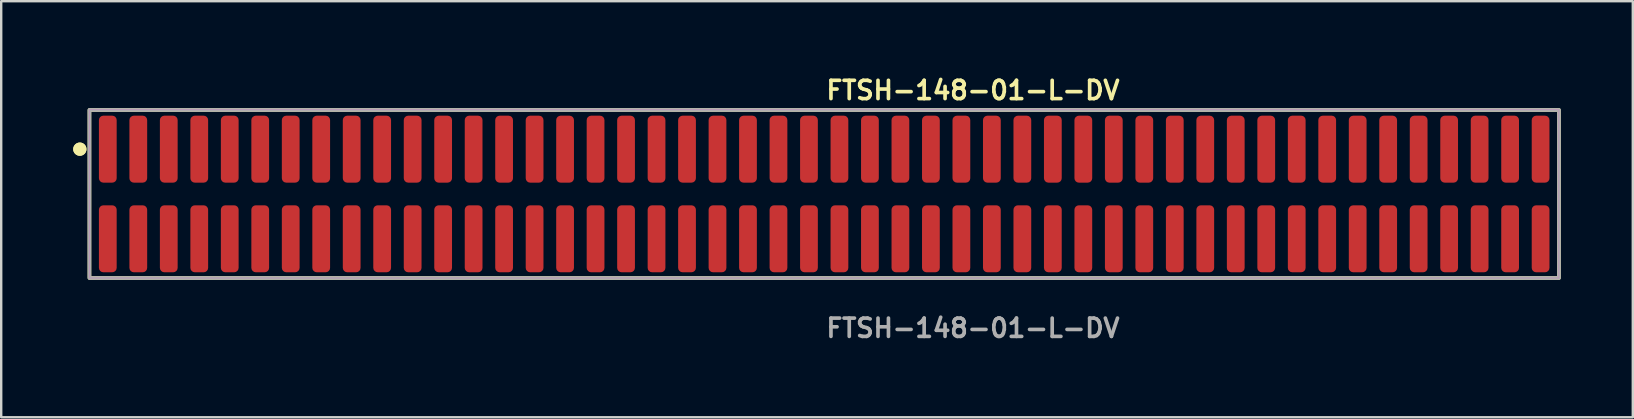
<source format=kicad_pcb>
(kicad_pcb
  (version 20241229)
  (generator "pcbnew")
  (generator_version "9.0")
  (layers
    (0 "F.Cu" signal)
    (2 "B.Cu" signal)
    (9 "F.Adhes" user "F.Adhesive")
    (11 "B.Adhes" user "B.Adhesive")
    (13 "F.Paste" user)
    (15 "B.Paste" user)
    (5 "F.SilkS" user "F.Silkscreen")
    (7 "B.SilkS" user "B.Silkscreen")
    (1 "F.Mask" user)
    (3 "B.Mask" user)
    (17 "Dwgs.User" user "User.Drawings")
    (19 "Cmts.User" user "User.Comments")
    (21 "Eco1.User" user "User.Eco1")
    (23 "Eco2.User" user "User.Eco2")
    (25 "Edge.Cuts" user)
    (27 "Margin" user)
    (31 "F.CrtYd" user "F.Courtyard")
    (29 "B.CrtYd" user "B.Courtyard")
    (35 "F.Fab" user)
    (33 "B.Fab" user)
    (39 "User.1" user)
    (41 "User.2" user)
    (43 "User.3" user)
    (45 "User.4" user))
  (footprint "FTSH-148-01-L-DV"
    (layer "F.Cu")
    (at 31.286 5.031)
    (property "Reference" "FTSH-148-01-L-DV" (at 0 -4.318 0) (unlocked yes) (layer "F.SilkS") (effects (font (size 0.762 0.762) (thickness 0.152)) (justify left)))
    (fp_rect (start -30.61 3.5) (end 30.61 -3.5) (stroke (width 0.152) (type solid)) (fill no) (layer "F.SilkS"))
    (fp_circle (center -31.01 -1.867) (end -31.21 -1.867) (stroke (width 0.152) (type solid)) (fill yes) (layer "F.SilkS"))
    (fp_circle (center -31.01 -1.867) (end -31.21 -1.867) (stroke (width 0.152) (type solid)) (fill yes) (layer "F.SilkS"))
    (fp_rect (start -30.61 3.5) (end 30.61 -3.5) (stroke (width 0.006) (type solid)) (fill no) (layer "F.CrtYd"))
    (fp_rect (start -30.61 3.5) (end 30.61 -3.5) (stroke (width 0.152) (type solid)) (fill no) (layer "F.Fab"))
    (fp_text user "${REFERENCE}" (at 0 5.588 0) (unlocked yes) (layer "F.Fab") (effects (font (size 0.762 0.762) (thickness 0.152)) (justify left)))
    (pad "1" smd roundrect (at -29.845 -1.867) (size 0.74 2.79) (layers "F.Cu" "F.Paste") (roundrect_rratio 0.25))
    (pad "2" smd roundrect (at -29.845 1.867) (size 0.74 2.79) (layers "F.Cu" "F.Paste") (roundrect_rratio 0.25))
    (pad "3" smd roundrect (at -28.575 -1.867) (size 0.74 2.79) (layers "F.Cu" "F.Paste") (roundrect_rratio 0.25))
    (pad "4" smd roundrect (at -28.575 1.867) (size 0.74 2.79) (layers "F.Cu" "F.Paste") (roundrect_rratio 0.25))
    (pad "5" smd roundrect (at -27.305 -1.867) (size 0.74 2.79) (layers "F.Cu" "F.Paste") (roundrect_rratio 0.25))
    (pad "6" smd roundrect (at -27.305 1.867) (size 0.74 2.79) (layers "F.Cu" "F.Paste") (roundrect_rratio 0.25))
    (pad "7" smd roundrect (at -26.035 -1.867) (size 0.74 2.79) (layers "F.Cu" "F.Paste") (roundrect_rratio 0.25))
    (pad "8" smd roundrect (at -26.035 1.867) (size 0.74 2.79) (layers "F.Cu" "F.Paste") (roundrect_rratio 0.25))
    (pad "9" smd roundrect (at -24.765 -1.867) (size 0.74 2.79) (layers "F.Cu" "F.Paste") (roundrect_rratio 0.25))
    (pad "10" smd roundrect (at -24.765 1.867) (size 0.74 2.79) (layers "F.Cu" "F.Paste") (roundrect_rratio 0.25))
    (pad "11" smd roundrect (at -23.495 -1.867) (size 0.74 2.79) (layers "F.Cu" "F.Paste") (roundrect_rratio 0.25))
    (pad "12" smd roundrect (at -23.495 1.867) (size 0.74 2.79) (layers "F.Cu" "F.Paste") (roundrect_rratio 0.25))
    (pad "13" smd roundrect (at -22.225 -1.867) (size 0.74 2.79) (layers "F.Cu" "F.Paste") (roundrect_rratio 0.25))
    (pad "14" smd roundrect (at -22.225 1.867) (size 0.74 2.79) (layers "F.Cu" "F.Paste") (roundrect_rratio 0.25))
    (pad "15" smd roundrect (at -20.955 -1.867) (size 0.74 2.79) (layers "F.Cu" "F.Paste") (roundrect_rratio 0.25))
    (pad "16" smd roundrect (at -20.955 1.867) (size 0.74 2.79) (layers "F.Cu" "F.Paste") (roundrect_rratio 0.25))
    (pad "17" smd roundrect (at -19.685 -1.867) (size 0.74 2.79) (layers "F.Cu" "F.Paste") (roundrect_rratio 0.25))
    (pad "18" smd roundrect (at -19.685 1.867) (size 0.74 2.79) (layers "F.Cu" "F.Paste") (roundrect_rratio 0.25))
    (pad "19" smd roundrect (at -18.415 -1.867) (size 0.74 2.79) (layers "F.Cu" "F.Paste") (roundrect_rratio 0.25))
    (pad "20" smd roundrect (at -18.415 1.867) (size 0.74 2.79) (layers "F.Cu" "F.Paste") (roundrect_rratio 0.25))
    (pad "21" smd roundrect (at -17.145 -1.867) (size 0.74 2.79) (layers "F.Cu" "F.Paste") (roundrect_rratio 0.25))
    (pad "22" smd roundrect (at -17.145 1.867) (size 0.74 2.79) (layers "F.Cu" "F.Paste") (roundrect_rratio 0.25))
    (pad "23" smd roundrect (at -15.875 -1.867) (size 0.74 2.79) (layers "F.Cu" "F.Paste") (roundrect_rratio 0.25))
    (pad "24" smd roundrect (at -15.875 1.867) (size 0.74 2.79) (layers "F.Cu" "F.Paste") (roundrect_rratio 0.25))
    (pad "25" smd roundrect (at -14.605 -1.867) (size 0.74 2.79) (layers "F.Cu" "F.Paste") (roundrect_rratio 0.25))
    (pad "26" smd roundrect (at -14.605 1.867) (size 0.74 2.79) (layers "F.Cu" "F.Paste") (roundrect_rratio 0.25))
    (pad "27" smd roundrect (at -13.335 -1.867) (size 0.74 2.79) (layers "F.Cu" "F.Paste") (roundrect_rratio 0.25))
    (pad "28" smd roundrect (at -13.335 1.867) (size 0.74 2.79) (layers "F.Cu" "F.Paste") (roundrect_rratio 0.25))
    (pad "29" smd roundrect (at -12.065 -1.867) (size 0.74 2.79) (layers "F.Cu" "F.Paste") (roundrect_rratio 0.25))
    (pad "30" smd roundrect (at -12.065 1.867) (size 0.74 2.79) (layers "F.Cu" "F.Paste") (roundrect_rratio 0.25))
    (pad "31" smd roundrect (at -10.795 -1.867) (size 0.74 2.79) (layers "F.Cu" "F.Paste") (roundrect_rratio 0.25))
    (pad "32" smd roundrect (at -10.795 1.867) (size 0.74 2.79) (layers "F.Cu" "F.Paste") (roundrect_rratio 0.25))
    (pad "33" smd roundrect (at -9.525 -1.867) (size 0.74 2.79) (layers "F.Cu" "F.Paste") (roundrect_rratio 0.25))
    (pad "34" smd roundrect (at -9.525 1.867) (size 0.74 2.79) (layers "F.Cu" "F.Paste") (roundrect_rratio 0.25))
    (pad "35" smd roundrect (at -8.255 -1.867) (size 0.74 2.79) (layers "F.Cu" "F.Paste") (roundrect_rratio 0.25))
    (pad "36" smd roundrect (at -8.255 1.867) (size 0.74 2.79) (layers "F.Cu" "F.Paste") (roundrect_rratio 0.25))
    (pad "37" smd roundrect (at -6.985 -1.867) (size 0.74 2.79) (layers "F.Cu" "F.Paste") (roundrect_rratio 0.25))
    (pad "38" smd roundrect (at -6.985 1.867) (size 0.74 2.79) (layers "F.Cu" "F.Paste") (roundrect_rratio 0.25))
    (pad "39" smd roundrect (at -5.715 -1.867) (size 0.74 2.79) (layers "F.Cu" "F.Paste") (roundrect_rratio 0.25))
    (pad "40" smd roundrect (at -5.715 1.867) (size 0.74 2.79) (layers "F.Cu" "F.Paste") (roundrect_rratio 0.25))
    (pad "41" smd roundrect (at -4.445 -1.867) (size 0.74 2.79) (layers "F.Cu" "F.Paste") (roundrect_rratio 0.25))
    (pad "42" smd roundrect (at -4.445 1.867) (size 0.74 2.79) (layers "F.Cu" "F.Paste") (roundrect_rratio 0.25))
    (pad "43" smd roundrect (at -3.175 -1.867) (size 0.74 2.79) (layers "F.Cu" "F.Paste") (roundrect_rratio 0.25))
    (pad "44" smd roundrect (at -3.175 1.867) (size 0.74 2.79) (layers "F.Cu" "F.Paste") (roundrect_rratio 0.25))
    (pad "45" smd roundrect (at -1.905 -1.867) (size 0.74 2.79) (layers "F.Cu" "F.Paste") (roundrect_rratio 0.25))
    (pad "46" smd roundrect (at -1.905 1.867) (size 0.74 2.79) (layers "F.Cu" "F.Paste") (roundrect_rratio 0.25))
    (pad "47" smd roundrect (at -0.635 -1.867) (size 0.74 2.79) (layers "F.Cu" "F.Paste") (roundrect_rratio 0.25))
    (pad "48" smd roundrect (at -0.635 1.867) (size 0.74 2.79) (layers "F.Cu" "F.Paste") (roundrect_rratio 0.25))
    (pad "49" smd roundrect (at 0.635 -1.867) (size 0.74 2.79) (layers "F.Cu" "F.Paste") (roundrect_rratio 0.25))
    (pad "50" smd roundrect (at 0.635 1.867) (size 0.74 2.79) (layers "F.Cu" "F.Paste") (roundrect_rratio 0.25))
    (pad "51" smd roundrect (at 1.905 -1.867) (size 0.74 2.79) (layers "F.Cu" "F.Paste") (roundrect_rratio 0.25))
    (pad "52" smd roundrect (at 1.905 1.867) (size 0.74 2.79) (layers "F.Cu" "F.Paste") (roundrect_rratio 0.25))
    (pad "53" smd roundrect (at 3.175 -1.867) (size 0.74 2.79) (layers "F.Cu" "F.Paste") (roundrect_rratio 0.25))
    (pad "54" smd roundrect (at 3.175 1.867) (size 0.74 2.79) (layers "F.Cu" "F.Paste") (roundrect_rratio 0.25))
    (pad "55" smd roundrect (at 4.445 -1.867) (size 0.74 2.79) (layers "F.Cu" "F.Paste") (roundrect_rratio 0.25))
    (pad "56" smd roundrect (at 4.445 1.867) (size 0.74 2.79) (layers "F.Cu" "F.Paste") (roundrect_rratio 0.25))
    (pad "57" smd roundrect (at 5.715 -1.867) (size 0.74 2.79) (layers "F.Cu" "F.Paste") (roundrect_rratio 0.25))
    (pad "58" smd roundrect (at 5.715 1.867) (size 0.74 2.79) (layers "F.Cu" "F.Paste") (roundrect_rratio 0.25))
    (pad "59" smd roundrect (at 6.985 -1.867) (size 0.74 2.79) (layers "F.Cu" "F.Paste") (roundrect_rratio 0.25))
    (pad "60" smd roundrect (at 6.985 1.867) (size 0.74 2.79) (layers "F.Cu" "F.Paste") (roundrect_rratio 0.25))
    (pad "61" smd roundrect (at 8.255 -1.867) (size 0.74 2.79) (layers "F.Cu" "F.Paste") (roundrect_rratio 0.25))
    (pad "62" smd roundrect (at 8.255 1.867) (size 0.74 2.79) (layers "F.Cu" "F.Paste") (roundrect_rratio 0.25))
    (pad "63" smd roundrect (at 9.525 -1.867) (size 0.74 2.79) (layers "F.Cu" "F.Paste") (roundrect_rratio 0.25))
    (pad "64" smd roundrect (at 9.525 1.867) (size 0.74 2.79) (layers "F.Cu" "F.Paste") (roundrect_rratio 0.25))
    (pad "65" smd roundrect (at 10.795 -1.867) (size 0.74 2.79) (layers "F.Cu" "F.Paste") (roundrect_rratio 0.25))
    (pad "66" smd roundrect (at 10.795 1.867) (size 0.74 2.79) (layers "F.Cu" "F.Paste") (roundrect_rratio 0.25))
    (pad "67" smd roundrect (at 12.065 -1.867) (size 0.74 2.79) (layers "F.Cu" "F.Paste") (roundrect_rratio 0.25))
    (pad "68" smd roundrect (at 12.065 1.867) (size 0.74 2.79) (layers "F.Cu" "F.Paste") (roundrect_rratio 0.25))
    (pad "69" smd roundrect (at 13.335 -1.867) (size 0.74 2.79) (layers "F.Cu" "F.Paste") (roundrect_rratio 0.25))
    (pad "70" smd roundrect (at 13.335 1.867) (size 0.74 2.79) (layers "F.Cu" "F.Paste") (roundrect_rratio 0.25))
    (pad "71" smd roundrect (at 14.605 -1.867) (size 0.74 2.79) (layers "F.Cu" "F.Paste") (roundrect_rratio 0.25))
    (pad "72" smd roundrect (at 14.605 1.867) (size 0.74 2.79) (layers "F.Cu" "F.Paste") (roundrect_rratio 0.25))
    (pad "73" smd roundrect (at 15.875 -1.867) (size 0.74 2.79) (layers "F.Cu" "F.Paste") (roundrect_rratio 0.25))
    (pad "74" smd roundrect (at 15.875 1.867) (size 0.74 2.79) (layers "F.Cu" "F.Paste") (roundrect_rratio 0.25))
    (pad "75" smd roundrect (at 17.145 -1.867) (size 0.74 2.79) (layers "F.Cu" "F.Paste") (roundrect_rratio 0.25))
    (pad "76" smd roundrect (at 17.145 1.867) (size 0.74 2.79) (layers "F.Cu" "F.Paste") (roundrect_rratio 0.25))
    (pad "77" smd roundrect (at 18.415 -1.867) (size 0.74 2.79) (layers "F.Cu" "F.Paste") (roundrect_rratio 0.25))
    (pad "78" smd roundrect (at 18.415 1.867) (size 0.74 2.79) (layers "F.Cu" "F.Paste") (roundrect_rratio 0.25))
    (pad "79" smd roundrect (at 19.685 -1.867) (size 0.74 2.79) (layers "F.Cu" "F.Paste") (roundrect_rratio 0.25))
    (pad "80" smd roundrect (at 19.685 1.867) (size 0.74 2.79) (layers "F.Cu" "F.Paste") (roundrect_rratio 0.25))
    (pad "81" smd roundrect (at 20.955 -1.867) (size 0.74 2.79) (layers "F.Cu" "F.Paste") (roundrect_rratio 0.25))
    (pad "82" smd roundrect (at 20.955 1.867) (size 0.74 2.79) (layers "F.Cu" "F.Paste") (roundrect_rratio 0.25))
    (pad "83" smd roundrect (at 22.225 -1.867) (size 0.74 2.79) (layers "F.Cu" "F.Paste") (roundrect_rratio 0.25))
    (pad "84" smd roundrect (at 22.225 1.867) (size 0.74 2.79) (layers "F.Cu" "F.Paste") (roundrect_rratio 0.25))
    (pad "85" smd roundrect (at 23.495 -1.867) (size 0.74 2.79) (layers "F.Cu" "F.Paste") (roundrect_rratio 0.25))
    (pad "86" smd roundrect (at 23.495 1.867) (size 0.74 2.79) (layers "F.Cu" "F.Paste") (roundrect_rratio 0.25))
    (pad "87" smd roundrect (at 24.765 -1.867) (size 0.74 2.79) (layers "F.Cu" "F.Paste") (roundrect_rratio 0.25))
    (pad "88" smd roundrect (at 24.765 1.867) (size 0.74 2.79) (layers "F.Cu" "F.Paste") (roundrect_rratio 0.25))
    (pad "89" smd roundrect (at 26.035 -1.867) (size 0.74 2.79) (layers "F.Cu" "F.Paste") (roundrect_rratio 0.25))
    (pad "90" smd roundrect (at 26.035 1.867) (size 0.74 2.79) (layers "F.Cu" "F.Paste") (roundrect_rratio 0.25))
    (pad "91" smd roundrect (at 27.305 -1.867) (size 0.74 2.79) (layers "F.Cu" "F.Paste") (roundrect_rratio 0.25))
    (pad "92" smd roundrect (at 27.305 1.867) (size 0.74 2.79) (layers "F.Cu" "F.Paste") (roundrect_rratio 0.25))
    (pad "93" smd roundrect (at 28.575 -1.867) (size 0.74 2.79) (layers "F.Cu" "F.Paste") (roundrect_rratio 0.25))
    (pad "94" smd roundrect (at 28.575 1.867) (size 0.74 2.79) (layers "F.Cu" "F.Paste") (roundrect_rratio 0.25))
    (pad "95" smd roundrect (at 29.845 -1.867) (size 0.74 2.79) (layers "F.Cu" "F.Paste") (roundrect_rratio 0.25))
    (pad "96" smd roundrect (at 29.845 1.867) (size 0.74 2.79) (layers "F.Cu" "F.Paste") (roundrect_rratio 0.25)))
  (gr_rect
    (start -3 -3)
    (end 64.972 14.332)
    (stroke (width 0.1) (type default))
    (fill no)
    (layer "Edge.Cuts")))
</source>
